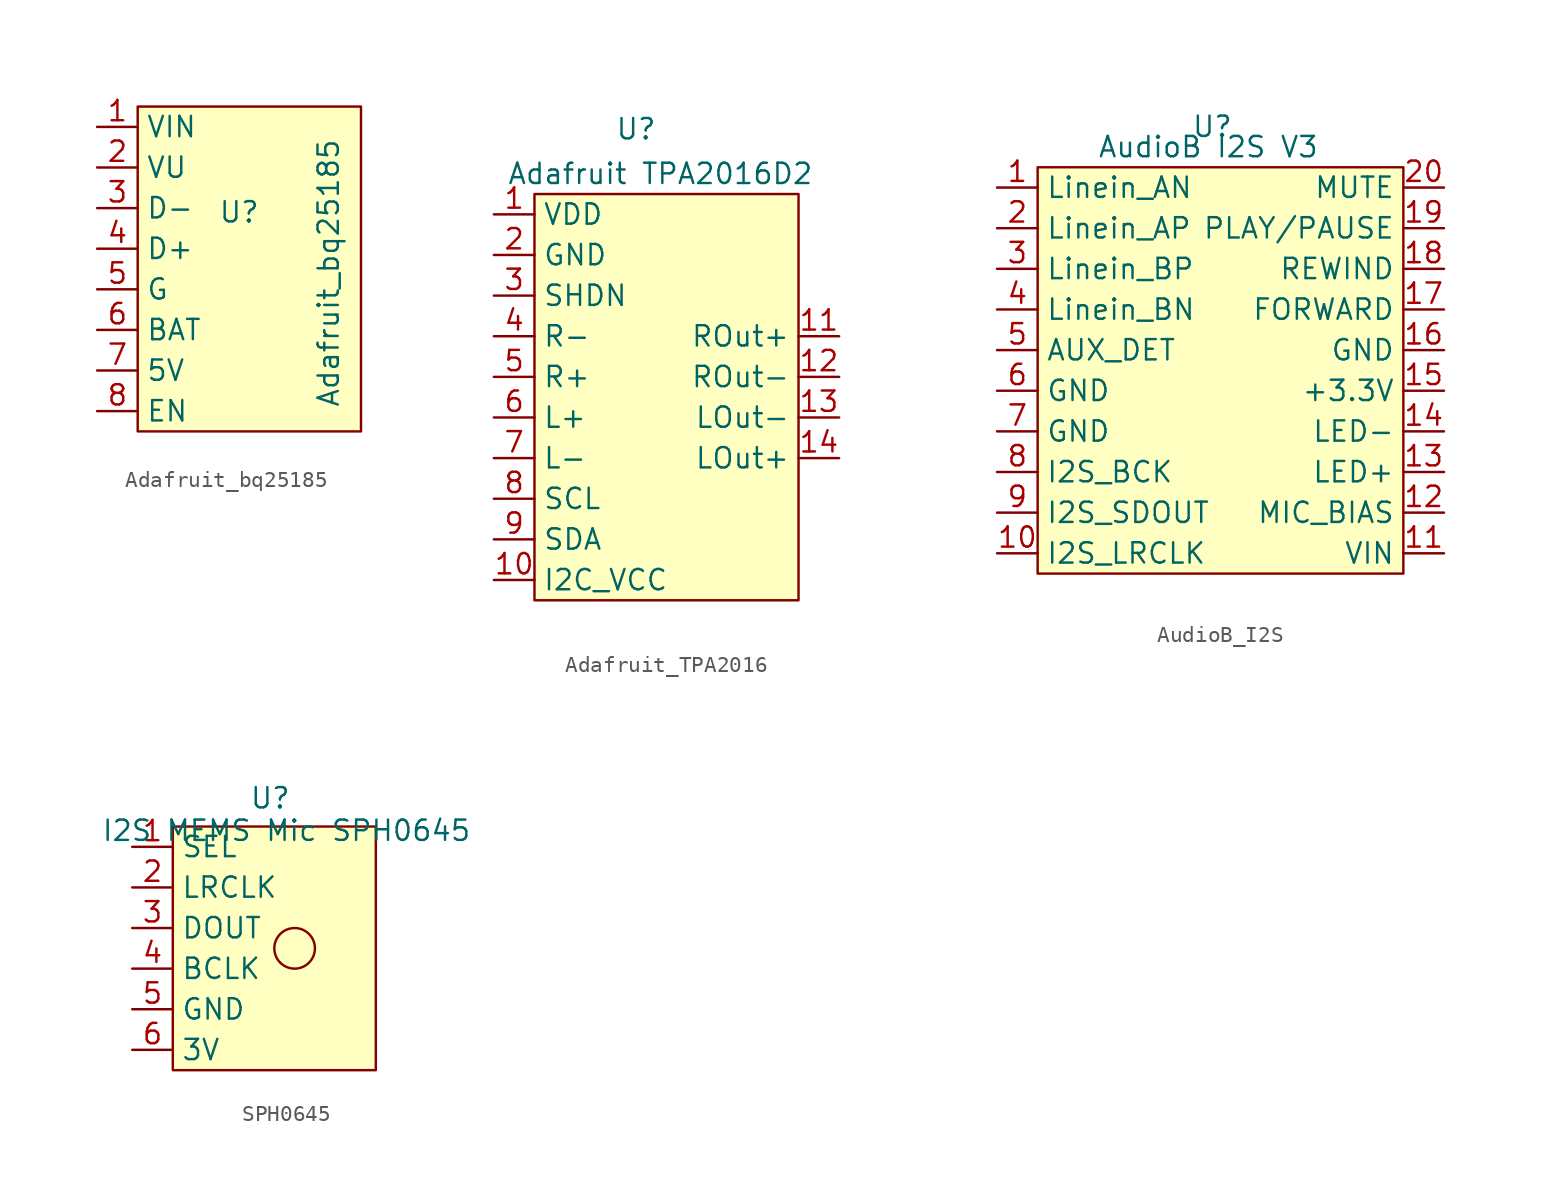
<source format=kicad_sym>
(kicad_symbol_lib
  (version 20231120)
  (generator "kicad_symbol_editor")
  (generator_version "8.0")
  (symbol "Adafruit_bq25185"
    (property "Reference" "U"
      (at 1.27 -1.524 0)
      (effects (font (size 1.27 1.27))))
    (property "Value" "Adafruit_bq25185"
      (at 6.858 -5.334 90)
      (effects (font (size 1.27 1.27))))
    (symbol "Adafruit_bq25185_1_1"
      (rectangle (start -5.08 5.08) (end 8.89 -15.24) (stroke (width 0) (type default)) (fill (type background)))
      (pin power_in line (at -7.62 3.81 0) (length 2.54) (name "VIN" (effects (font (size 1.27 1.27)))) (number "1" (effects (font (size 1.27 1.27)))))
      (pin power_in line (at -7.62 1.27 0) (length 2.54) (name "VU" (effects (font (size 1.27 1.27)))) (number "2" (effects (font (size 1.27 1.27)))))
      (pin bidirectional line (at -7.62 -1.27 0) (length 2.54) (name "D-" (effects (font (size 1.27 1.27)))) (number "3" (effects (font (size 1.27 1.27)))))
      (pin bidirectional line (at -7.62 -3.81 0) (length 2.54) (name "D+" (effects (font (size 1.27 1.27)))) (number "4" (effects (font (size 1.27 1.27)))))
      (pin passive line (at -7.62 -6.35 0) (length 2.54) (name "G" (effects (font (size 1.27 1.27)))) (number "5" (effects (font (size 1.27 1.27)))))
      (pin power_out line (at -7.62 -8.89 0) (length 2.54) (name "BAT" (effects (font (size 1.27 1.27)))) (number "6" (effects (font (size 1.27 1.27)))))
      (pin power_out line (at -7.62 -11.43 0) (length 2.54) (name "5V" (effects (font (size 1.27 1.27)))) (number "7" (effects (font (size 1.27 1.27)))))
      (pin input line (at -7.62 -13.97 0) (length 2.54) (name "EN" (effects (font (size 1.27 1.27)))) (number "8" (effects (font (size 1.27 1.27)))))))
  (symbol "Adafruit_TPA2016"
    (property "Reference" "U"
      (at 1.27 10.414 0)
      (effects (font (size 1.27 1.27))))
    (property "Value" "Adafruit TPA2016D2"
      (at 2.794 7.62 0)
      (effects (font (size 1.27 1.27))))
    (symbol "Adafruit_TPA2016_1_1"
      (rectangle (start -5.08 6.35) (end 11.43 -19.05) (stroke (width 0) (type default)) (fill (type background)))
      (pin power_in line (at -7.62 5.08 0) (length 2.54) (name "VDD" (effects (font (size 1.27 1.27)))) (number "1" (effects (font (size 1.27 1.27)))))
      (pin power_in line (at -7.62 -17.78 0) (length 2.54) (name "I2C_VCC" (effects (font (size 1.27 1.27)))) (number "10" (effects (font (size 1.27 1.27)))))
      (pin output line (at 13.97 -2.54 180) (length 2.54) (name "ROut+" (effects (font (size 1.27 1.27)))) (number "11" (effects (font (size 1.27 1.27)))))
      (pin output line (at 13.97 -5.08 180) (length 2.54) (name "ROut-" (effects (font (size 1.27 1.27)))) (number "12" (effects (font (size 1.27 1.27)))))
      (pin output line (at 13.97 -7.62 180) (length 2.54) (name "LOut-" (effects (font (size 1.27 1.27)))) (number "13" (effects (font (size 1.27 1.27)))))
      (pin output line (at 13.97 -10.16 180) (length 2.54) (name "LOut+" (effects (font (size 1.27 1.27)))) (number "14" (effects (font (size 1.27 1.27)))))
      (pin passive line (at -7.62 2.54 0) (length 2.54) (name "GND" (effects (font (size 1.27 1.27)))) (number "2" (effects (font (size 1.27 1.27)))))
      (pin input line (at -7.62 0 0) (length 2.54) (name "SHDN" (effects (font (size 1.27 1.27)))) (number "3" (effects (font (size 1.27 1.27)))))
      (pin input line (at -7.62 -2.54 0) (length 2.54) (name "R-" (effects (font (size 1.27 1.27)))) (number "4" (effects (font (size 1.27 1.27)))))
      (pin input line (at -7.62 -5.08 0) (length 2.54) (name "R+" (effects (font (size 1.27 1.27)))) (number "5" (effects (font (size 1.27 1.27)))))
      (pin input line (at -7.62 -7.62 0) (length 2.54) (name "L+" (effects (font (size 1.27 1.27)))) (number "6" (effects (font (size 1.27 1.27)))))
      (pin input line (at -7.62 -10.16 0) (length 2.54) (name "L-" (effects (font (size 1.27 1.27)))) (number "7" (effects (font (size 1.27 1.27)))))
      (pin input line (at -7.62 -12.7 0) (length 2.54) (name "SCL" (effects (font (size 1.27 1.27)))) (number "8" (effects (font (size 1.27 1.27)))))
      (pin input line (at -7.62 -15.24 0) (length 2.54) (name "SDA" (effects (font (size 1.27 1.27)))) (number "9" (effects (font (size 1.27 1.27)))))))
  (symbol "AudioB_I2S"
    (property "Reference" "U"
      (at 2.032 13.97 0)
      (effects (font (size 1.27 1.27))))
    (property "Value" "AudioB I2S V3"
      (at 1.778 12.7 0)
      (effects (font (size 1.27 1.27))))
    (symbol "AudioB_I2S_1_1"
      (rectangle (start -8.89 11.43) (end 13.97 -13.97) (stroke (width 0) (type default)) (fill (type background)))
      (pin input line (at -11.43 10.16 0) (length 2.54) (name "Linein_AN" (effects (font (size 1.27 1.27)))) (number "1" (effects (font (size 1.27 1.27)))))
      (pin input line (at -11.43 -12.7 0) (length 2.54) (name "I2S_LRCLK" (effects (font (size 1.27 1.27)))) (number "10" (effects (font (size 1.27 1.27)))))
      (pin power_in line (at 16.51 -12.7 180) (length 2.54) (name "VIN" (effects (font (size 1.27 1.27)))) (number "11" (effects (font (size 1.27 1.27)))))
      (pin output line (at 16.51 -10.16 180) (length 2.54) (name "MIC_BIAS" (effects (font (size 1.27 1.27)))) (number "12" (effects (font (size 1.27 1.27)))))
      (pin output line (at 16.51 -7.62 180) (length 2.54) (name "LED+" (effects (font (size 1.27 1.27)))) (number "13" (effects (font (size 1.27 1.27)))))
      (pin output line (at 16.51 -5.08 180) (length 2.54) (name "LED-" (effects (font (size 1.27 1.27)))) (number "14" (effects (font (size 1.27 1.27)))))
      (pin power_out line (at 16.51 -2.54 180) (length 2.54) (name "+3.3V" (effects (font (size 1.27 1.27)))) (number "15" (effects (font (size 1.27 1.27)))))
      (pin passive line (at 16.51 0 180) (length 2.54) (name "GND" (effects (font (size 1.27 1.27)))) (number "16" (effects (font (size 1.27 1.27)))))
      (pin input line (at 16.51 2.54 180) (length 2.54) (name "FORWARD" (effects (font (size 1.27 1.27)))) (number "17" (effects (font (size 1.27 1.27)))))
      (pin input line (at 16.51 5.08 180) (length 2.54) (name "REWIND" (effects (font (size 1.27 1.27)))) (number "18" (effects (font (size 1.27 1.27)))))
      (pin input line (at 16.51 7.62 180) (length 2.54) (name "PLAY/PAUSE" (effects (font (size 1.27 1.27)))) (number "19" (effects (font (size 1.27 1.27)))))
      (pin input line (at -11.43 7.62 0) (length 2.54) (name "Linein_AP" (effects (font (size 1.27 1.27)))) (number "2" (effects (font (size 1.27 1.27)))))
      (pin output line (at 16.51 10.16 180) (length 2.54) (name "MUTE" (effects (font (size 1.27 1.27)))) (number "20" (effects (font (size 1.27 1.27)))))
      (pin input line (at -11.43 5.08 0) (length 2.54) (name "Linein_BP" (effects (font (size 1.27 1.27)))) (number "3" (effects (font (size 1.27 1.27)))))
      (pin input line (at -11.43 2.54 0) (length 2.54) (name "Linein_BN" (effects (font (size 1.27 1.27)))) (number "4" (effects (font (size 1.27 1.27)))))
      (pin input line (at -11.43 0 0) (length 2.54) (name "AUX_DET" (effects (font (size 1.27 1.27)))) (number "5" (effects (font (size 1.27 1.27)))))
      (pin passive line (at -11.43 -2.54 0) (length 2.54) (name "GND" (effects (font (size 1.27 1.27)))) (number "6" (effects (font (size 1.27 1.27)))))
      (pin passive line (at -11.43 -5.08 0) (length 2.54) (name "GND" (effects (font (size 1.27 1.27)))) (number "7" (effects (font (size 1.27 1.27)))))
      (pin input line (at -11.43 -7.62 0) (length 2.54) (name "I2S_BCK" (effects (font (size 1.27 1.27)))) (number "8" (effects (font (size 1.27 1.27)))))
      (pin output line (at -11.43 -10.16 0) (length 2.54) (name "I2S_SDOUT" (effects (font (size 1.27 1.27)))) (number "9" (effects (font (size 1.27 1.27)))))))
  (symbol "SPH0645"
    (property "Reference" "U"
      (at -1.524 9.398 0)
      (effects (font (size 1.27 1.27))))
    (property "Value" "I2S MEMS Mic SPH0645"
      (at -0.508 7.366 0)
      (effects (font (size 1.27 1.27))))
    (symbol "SPH0645_1_1"
      (rectangle (start -7.62 7.62) (end 5.08 -7.62) (stroke (width 0) (type default)) (fill (type background)))
      (circle (center 0 0) (radius 1.27) (stroke (width 0) (type default)) (fill (type none)))
      (pin input line (at -10.16 6.35 0) (length 2.54) (name "SEL" (effects (font (size 1.27 1.27)))) (number "1" (effects (font (size 1.27 1.27)))))
      (pin input line (at -10.16 3.81 0) (length 2.54) (name "LRCLK" (effects (font (size 1.27 1.27)))) (number "2" (effects (font (size 1.27 1.27)))))
      (pin output line (at -10.16 1.27 0) (length 2.54) (name "DOUT" (effects (font (size 1.27 1.27)))) (number "3" (effects (font (size 1.27 1.27)))))
      (pin input line (at -10.16 -1.27 0) (length 2.54) (name "BCLK" (effects (font (size 1.27 1.27)))) (number "4" (effects (font (size 1.27 1.27)))))
      (pin passive line (at -10.16 -3.81 0) (length 2.54) (name "GND" (effects (font (size 1.27 1.27)))) (number "5" (effects (font (size 1.27 1.27)))))
      (pin power_in line (at -10.16 -6.35 0) (length 2.54) (name "3V" (effects (font (size 1.27 1.27)))) (number "6" (effects (font (size 1.27 1.27))))))))
</source>
